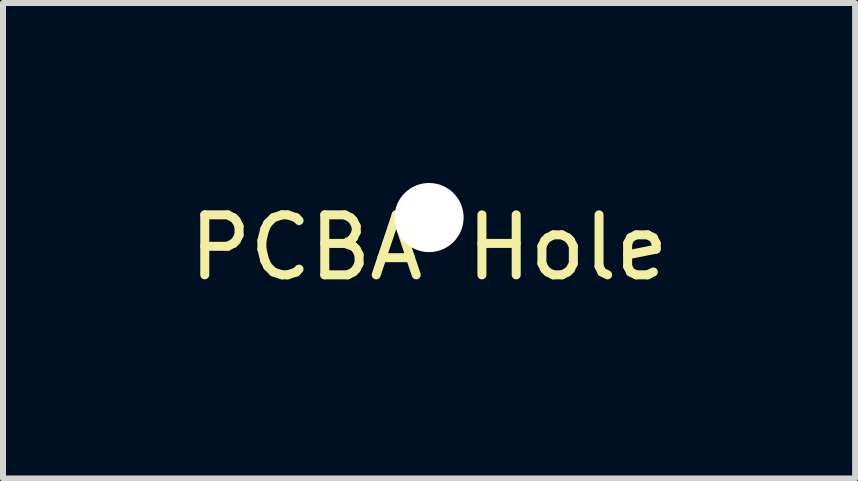
<source format=kicad_pcb>
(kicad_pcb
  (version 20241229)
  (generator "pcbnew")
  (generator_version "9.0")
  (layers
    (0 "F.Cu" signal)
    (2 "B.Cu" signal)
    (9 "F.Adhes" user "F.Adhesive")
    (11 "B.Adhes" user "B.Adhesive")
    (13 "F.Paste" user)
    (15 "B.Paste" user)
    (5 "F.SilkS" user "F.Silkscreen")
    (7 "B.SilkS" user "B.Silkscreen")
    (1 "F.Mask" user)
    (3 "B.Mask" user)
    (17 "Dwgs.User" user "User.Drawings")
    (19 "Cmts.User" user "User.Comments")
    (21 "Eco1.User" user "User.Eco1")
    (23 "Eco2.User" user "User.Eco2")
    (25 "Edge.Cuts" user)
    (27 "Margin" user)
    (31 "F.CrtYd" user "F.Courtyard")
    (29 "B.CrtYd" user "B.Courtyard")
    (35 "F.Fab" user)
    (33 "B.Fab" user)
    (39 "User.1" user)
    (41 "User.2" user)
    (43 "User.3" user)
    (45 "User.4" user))
  (footprint "PCBA Hole"
    (layer "F.Cu")
    (at 4.101 0.576)
    (property "Reference" "PCBA Hole" (at 0 0.5 0) (layer "F.SilkS") (effects (font (size 1 1) (thickness 0.15))))
    (attr through_hole)
    (pad "" np_thru_hole circle (at 0 0) (size 1.152 1.152) (drill 1.152) (layers "*.Cu" "*.Mask")))
  (gr_rect
    (start -3 -3)
    (end 11.202 4.924)
    (stroke (width 0.1) (type default))
    (fill no)
    (layer "Edge.Cuts")))
</source>
